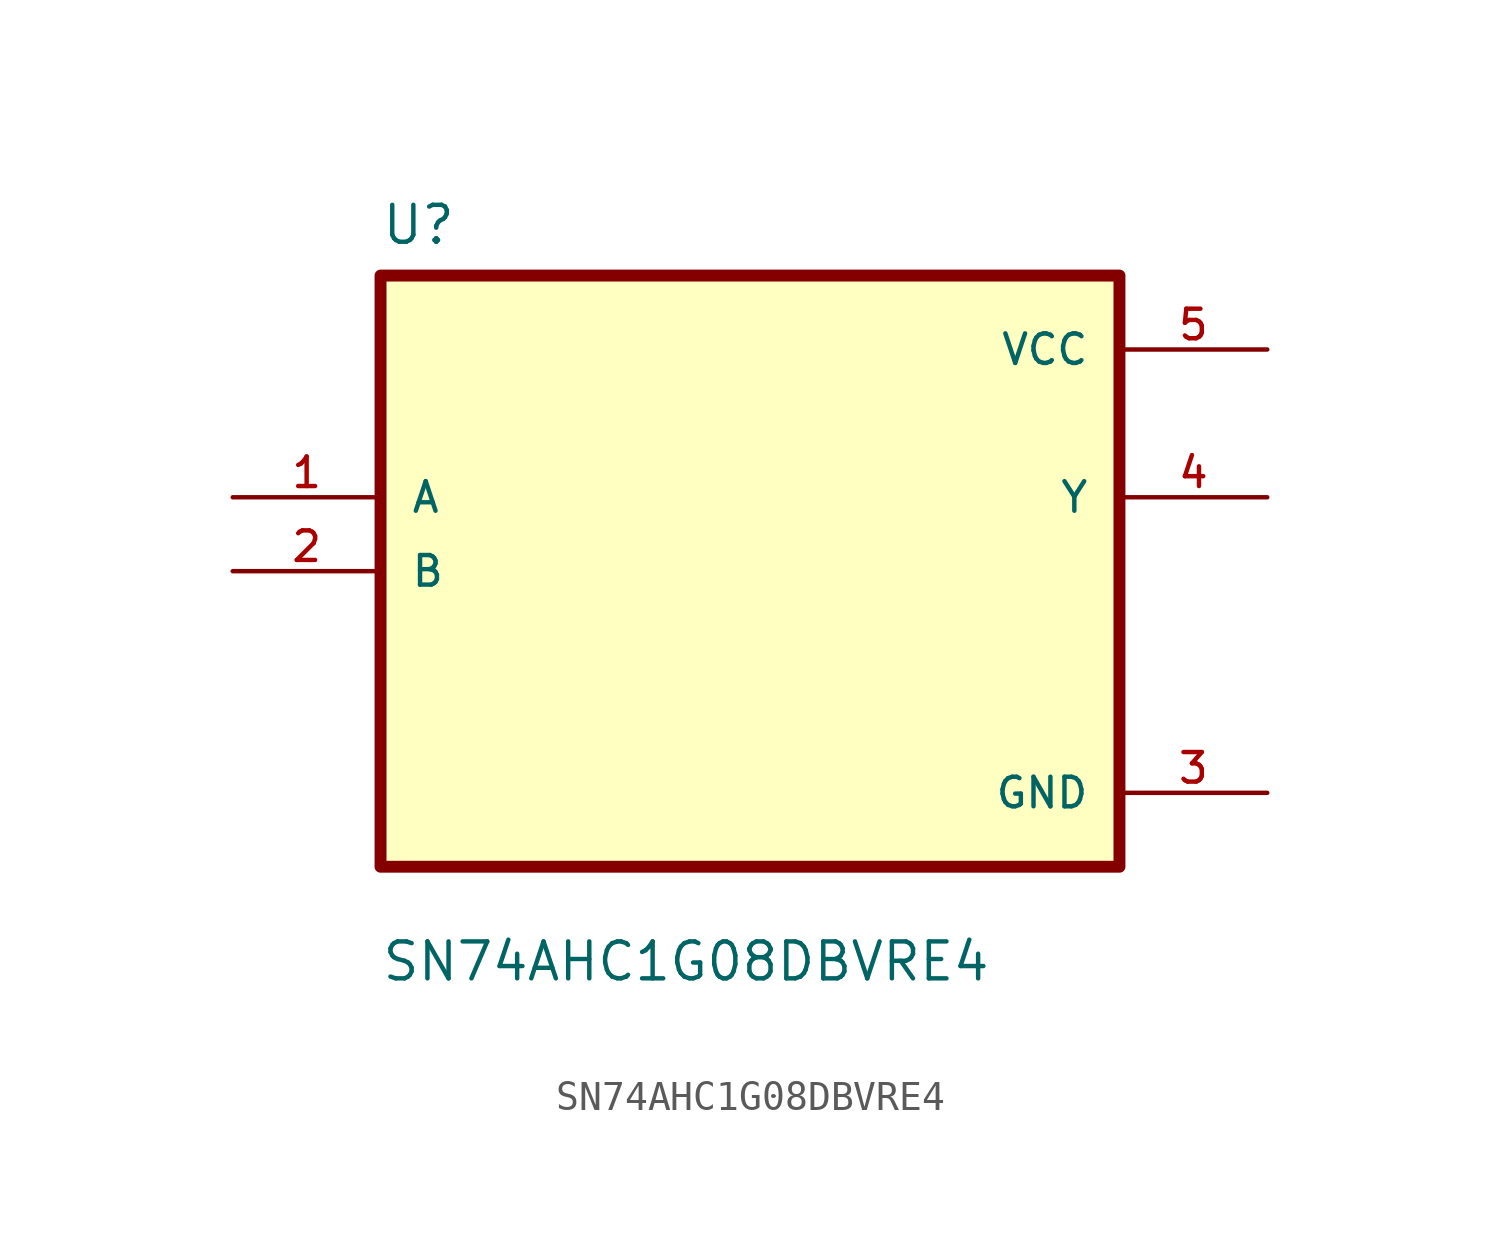
<source format=kicad_sym>
(kicad_symbol_lib
  (version 20211014)
  (generator kicad_symbol_editor)
  (symbol "SN74AHC1G08DBVRE4"
    (pin_names
      (offset 1.016))
    (property "Reference" "U"
      (at -12.7 11.16 0.0)
      (effects (font (size 1.27 1.27)) (justify bottom left)))
    (property "Value" "SN74AHC1G08DBVRE4"
      (at -12.7 -14.16 0.0)
      (effects (font (size 1.27 1.27)) (justify bottom left)))
    (symbol "SN74AHC1G08DBVRE4_0_0"
      (rectangle (start -12.7 -10.16) (end 12.7 10.16) (stroke (width 0.41)) (fill (type background)))
      (pin input line (at -17.78 2.54 0) (length 5.08) (name "A" (effects (font (size 1.016 1.016)))) (number "1" (effects (font (size 1.016 1.016)))))
      (pin input line (at -17.78 0.0 0) (length 5.08) (name "B" (effects (font (size 1.016 1.016)))) (number "2" (effects (font (size 1.016 1.016)))))
      (pin power_in line (at 17.78 7.62 180.0) (length 5.08) (name "VCC" (effects (font (size 1.016 1.016)))) (number "5" (effects (font (size 1.016 1.016)))))
      (pin output line (at 17.78 2.54 180.0) (length 5.08) (name "Y" (effects (font (size 1.016 1.016)))) (number "4" (effects (font (size 1.016 1.016)))))
      (pin power_in line (at 17.78 -7.62 180.0) (length 5.08) (name "GND" (effects (font (size 1.016 1.016)))) (number "3" (effects (font (size 1.016 1.016))))))))
</source>
